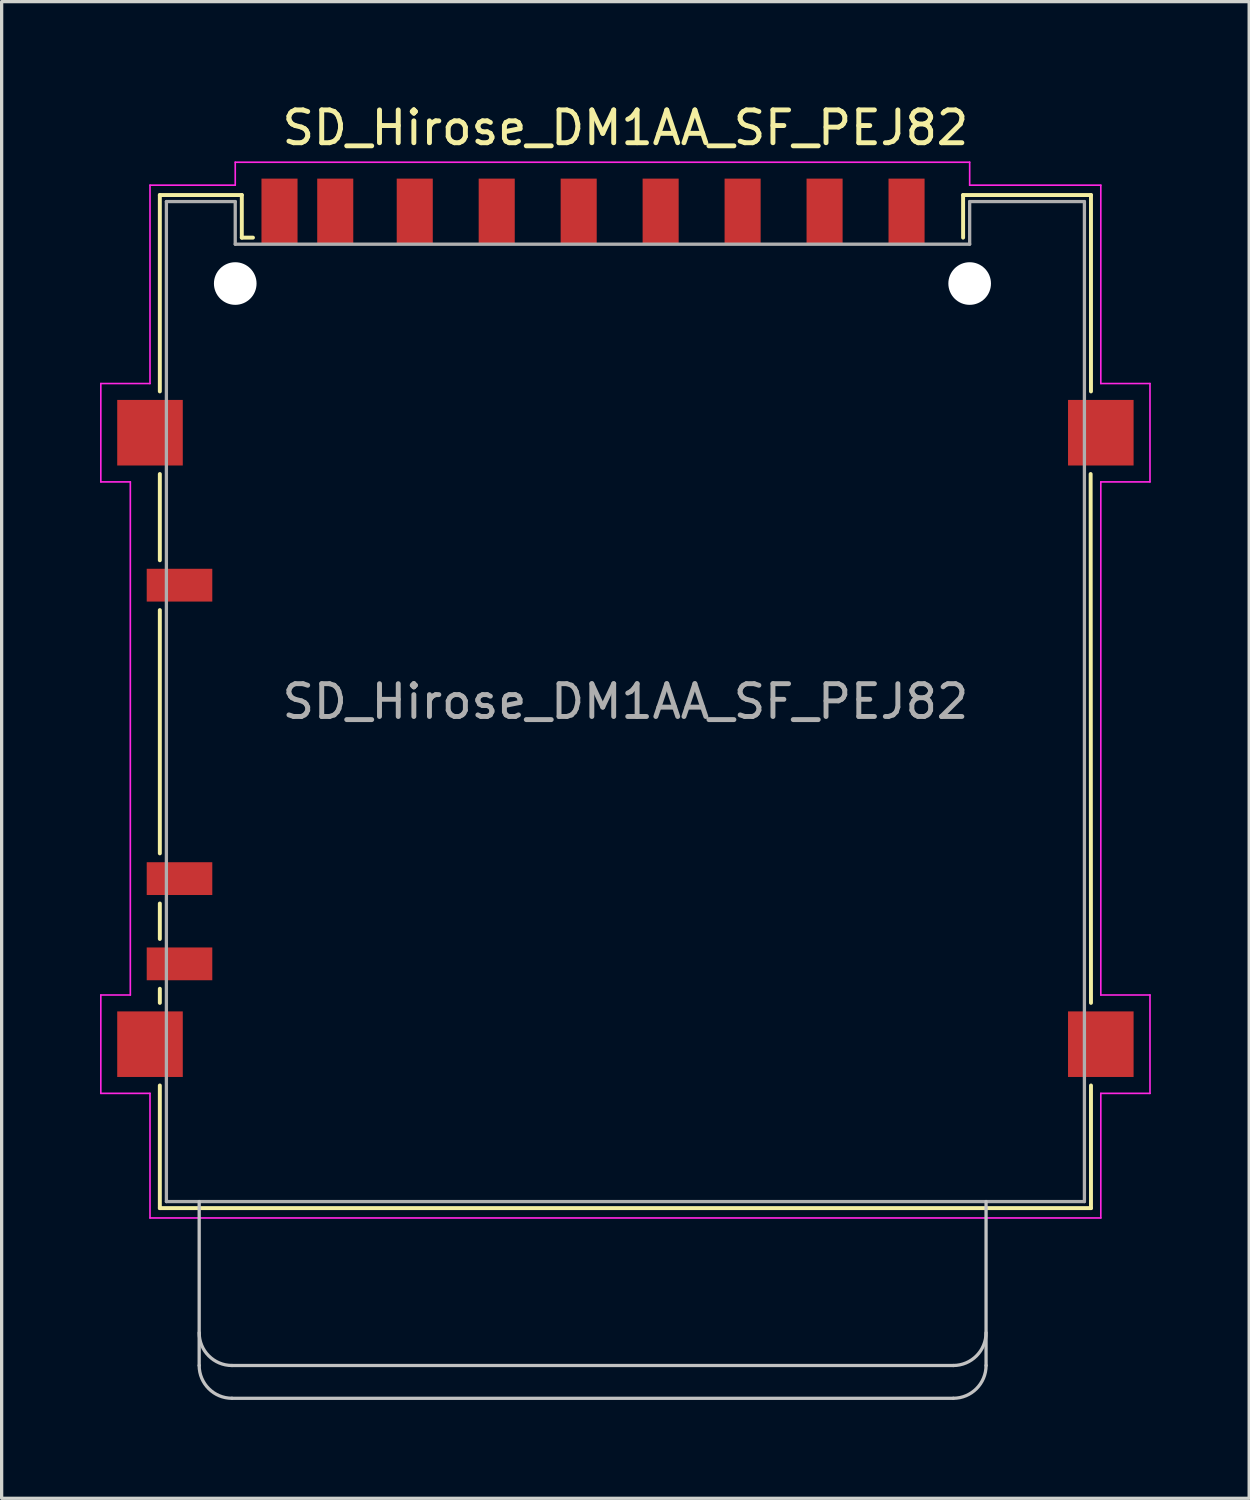
<source format=kicad_pcb>
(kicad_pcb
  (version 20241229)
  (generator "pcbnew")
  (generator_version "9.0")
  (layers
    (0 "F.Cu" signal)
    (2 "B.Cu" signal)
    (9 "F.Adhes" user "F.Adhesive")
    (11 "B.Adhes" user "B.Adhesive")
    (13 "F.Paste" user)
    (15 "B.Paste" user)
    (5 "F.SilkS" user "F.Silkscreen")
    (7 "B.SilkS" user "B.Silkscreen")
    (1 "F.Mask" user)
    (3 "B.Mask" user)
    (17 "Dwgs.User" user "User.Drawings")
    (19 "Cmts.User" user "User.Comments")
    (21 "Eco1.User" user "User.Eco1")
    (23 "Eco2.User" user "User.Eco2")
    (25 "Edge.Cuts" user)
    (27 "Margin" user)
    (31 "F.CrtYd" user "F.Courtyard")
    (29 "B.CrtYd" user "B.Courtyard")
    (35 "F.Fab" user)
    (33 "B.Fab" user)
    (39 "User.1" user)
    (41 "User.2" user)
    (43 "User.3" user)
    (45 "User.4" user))
  (footprint "SD_Hirose_DM1AA_SF_PEJ82"
    (layer "F.Cu")
    (at 16.025 18.348)
    (property "Reference" "SD_Hirose_DM1AA_SF_PEJ82" (at 0 -17.5 0) (layer "F.SilkS") (effects (font (size 1 1) (thickness 0.15))))
    (attr smd)
    (fp_line (start -14.2 -15.45) (end -11.7 -15.45) (stroke (width 0.12) (type solid)) (layer "F.SilkS"))
    (fp_line (start -14.2 -9.46) (end -14.2 -15.45) (stroke (width 0.12) (type solid)) (layer "F.SilkS"))
    (fp_line (start -14.2 -4.31) (end -14.2 -6.94) (stroke (width 0.12) (type solid)) (layer "F.SilkS"))
    (fp_line (start -14.2 4.63) (end -14.2 -2.79) (stroke (width 0.12) (type solid)) (layer "F.SilkS"))
    (fp_line (start -14.2 7.24) (end -14.2 6.16) (stroke (width 0.12) (type solid)) (layer "F.SilkS"))
    (fp_line (start -14.2 9.19) (end -14.2 8.76) (stroke (width 0.12) (type solid)) (layer "F.SilkS"))
    (fp_line (start -14.2 15.45) (end -14.2 11.71) (stroke (width 0.12) (type solid)) (layer "F.SilkS"))
    (fp_line (start -11.7 -15.45) (end -11.7 -14.15) (stroke (width 0.12) (type solid)) (layer "F.SilkS"))
    (fp_line (start -11.7 -14.15) (end -11.36 -14.15) (stroke (width 0.12) (type solid)) (layer "F.SilkS"))
    (fp_line (start 10.3 -15.45) (end 10.3 -14.15) (stroke (width 0.12) (type solid)) (layer "F.SilkS"))
    (fp_line (start 14.19 -6.94) (end 14.2 9.19) (stroke (width 0.12) (type solid)) (layer "F.SilkS"))
    (fp_line (start 14.2 -15.45) (end 10.3 -15.45) (stroke (width 0.12) (type solid)) (layer "F.SilkS"))
    (fp_line (start 14.2 -15.45) (end 14.2 -9.46) (stroke (width 0.12) (type solid)) (layer "F.SilkS"))
    (fp_line (start 14.2 11.71) (end 14.2 15.45) (stroke (width 0.12) (type solid)) (layer "F.SilkS"))
    (fp_line (start 14.2 15.45) (end -14.2 15.45) (stroke (width 0.12) (type solid)) (layer "F.SilkS"))
    (fp_line (start -13 20.25) (end -13 15.25) (stroke (width 0.1) (type solid)) (layer "Dwgs.User"))
    (fp_line (start 10 20.25) (end -12 20.25) (stroke (width 0.1) (type solid)) (layer "Dwgs.User"))
    (fp_line (start 10 21.25) (end -12 21.25) (stroke (width 0.1) (type solid)) (layer "Dwgs.User"))
    (fp_line (start 11 20.25) (end 11 15.25) (stroke (width 0.1) (type solid)) (layer "Dwgs.User"))
    (fp_arc (start -12 20.25) (mid -12.707107 19.957107) (end -13 19.25) (stroke (width 0.1) (type solid)) (layer "Dwgs.User"))
    (fp_arc (start -12 21.25) (mid -12.707107 20.957107) (end -13 20.25) (stroke (width 0.1) (type solid)) (layer "Dwgs.User"))
    (fp_arc (start 11 19.25) (mid 10.707107 19.957107) (end 10 20.25) (stroke (width 0.1) (type solid)) (layer "Dwgs.User"))
    (fp_arc (start 11 20.25) (mid 10.707107 20.957107) (end 10 21.25) (stroke (width 0.1) (type solid)) (layer "Dwgs.User"))
    (fp_line (start -16 -9.7) (end -16 -6.7) (stroke (width 0.05) (type solid)) (layer "F.CrtYd"))
    (fp_line (start -16 -6.7) (end -15.1 -6.7) (stroke (width 0.05) (type solid)) (layer "F.CrtYd"))
    (fp_line (start -16 8.95) (end -16 11.95) (stroke (width 0.05) (type solid)) (layer "F.CrtYd"))
    (fp_line (start -16 11.95) (end -14.5 11.95) (stroke (width 0.05) (type solid)) (layer "F.CrtYd"))
    (fp_line (start -15.1 -6.7) (end -15.1 8.95) (stroke (width 0.05) (type solid)) (layer "F.CrtYd"))
    (fp_line (start -15.1 8.95) (end -16 8.95) (stroke (width 0.05) (type solid)) (layer "F.CrtYd"))
    (fp_line (start -14.5 -15.75) (end -14.5 -9.7) (stroke (width 0.05) (type solid)) (layer "F.CrtYd"))
    (fp_line (start -14.5 -15.75) (end -11.9 -15.75) (stroke (width 0.05) (type solid)) (layer "F.CrtYd"))
    (fp_line (start -14.5 -9.7) (end -16 -9.7) (stroke (width 0.05) (type solid)) (layer "F.CrtYd"))
    (fp_line (start -14.5 11.95) (end -14.5 15.75) (stroke (width 0.05) (type solid)) (layer "F.CrtYd"))
    (fp_line (start -11.9 -16.45) (end 10.5 -16.45) (stroke (width 0.05) (type solid)) (layer "F.CrtYd"))
    (fp_line (start -11.9 -15.75) (end -11.9 -16.45) (stroke (width 0.05) (type solid)) (layer "F.CrtYd"))
    (fp_line (start 10.5 -16.45) (end 10.5 -15.75) (stroke (width 0.05) (type solid)) (layer "F.CrtYd"))
    (fp_line (start 10.5 -15.75) (end 14.5 -15.75) (stroke (width 0.05) (type solid)) (layer "F.CrtYd"))
    (fp_line (start 14.5 -15.75) (end 14.5 -9.7) (stroke (width 0.05) (type solid)) (layer "F.CrtYd"))
    (fp_line (start 14.5 -9.7) (end 16 -9.7) (stroke (width 0.05) (type solid)) (layer "F.CrtYd"))
    (fp_line (start 14.5 -6.7) (end 14.5 8.95) (stroke (width 0.05) (type solid)) (layer "F.CrtYd"))
    (fp_line (start 14.5 8.95) (end 16 8.95) (stroke (width 0.05) (type solid)) (layer "F.CrtYd"))
    (fp_line (start 14.5 11.95) (end 14.5 15.75) (stroke (width 0.05) (type solid)) (layer "F.CrtYd"))
    (fp_line (start 14.5 15.75) (end -14.5 15.75) (stroke (width 0.05) (type solid)) (layer "F.CrtYd"))
    (fp_line (start 16 -9.7) (end 16 -6.7) (stroke (width 0.05) (type solid)) (layer "F.CrtYd"))
    (fp_line (start 16 -6.7) (end 14.5 -6.7) (stroke (width 0.05) (type solid)) (layer "F.CrtYd"))
    (fp_line (start 16 8.95) (end 16 11.95) (stroke (width 0.05) (type solid)) (layer "F.CrtYd"))
    (fp_line (start 16 11.95) (end 14.5 11.95) (stroke (width 0.05) (type solid)) (layer "F.CrtYd"))
    (fp_line (start -14 -15.25) (end -14 15.25) (stroke (width 0.1) (type solid)) (layer "F.Fab"))
    (fp_line (start -14 -15.25) (end -11.9 -15.25) (stroke (width 0.1) (type solid)) (layer "F.Fab"))
    (fp_line (start -11.9 -13.95) (end -11.9 -15.25) (stroke (width 0.1) (type solid)) (layer "F.Fab"))
    (fp_line (start 10.5 -15.25) (end 10.5 -13.95) (stroke (width 0.1) (type solid)) (layer "F.Fab"))
    (fp_line (start 10.5 -13.95) (end -11.9 -13.95) (stroke (width 0.1) (type solid)) (layer "F.Fab"))
    (fp_line (start 14 -15.25) (end 10.5 -15.25) (stroke (width 0.1) (type solid)) (layer "F.Fab"))
    (fp_line (start 14 15.25) (end -14 15.25) (stroke (width 0.1) (type solid)) (layer "F.Fab"))
    (fp_line (start 14 15.25) (end 14 -15.25) (stroke (width 0.1) (type solid)) (layer "F.Fab"))
    (fp_text user "${REFERENCE}" (at 0 0 0) (layer "F.Fab") (effects (font (size 1 1) (thickness 0.15))))
    (pad "" np_thru_hole circle (at -11.9 -12.75) (size 1.3 1.3) (drill 1.3) (layers "*.Cu" "*.Mask"))
    (pad "" np_thru_hole circle (at 10.5 -12.75) (size 1.3 1.3) (drill 1.3) (layers "*.Cu" "*.Mask"))
    (pad "1" smd rect (at 6.075 -14.95) (size 1.1 2) (layers "F.Cu" "F.Mask" "F.Paste"))
    (pad "2" smd rect (at 3.575 -14.95) (size 1.1 2) (layers "F.Cu" "F.Mask" "F.Paste"))
    (pad "3" smd rect (at -13.6 8) (size 2 1) (layers "F.Cu" "F.Mask" "F.Paste"))
    (pad "3" smd rect (at 1.075 -14.95) (size 1.1 2) (layers "F.Cu" "F.Mask" "F.Paste"))
    (pad "4" smd rect (at -1.425 -14.95) (size 1.1 2) (layers "F.Cu" "F.Mask" "F.Paste"))
    (pad "5" smd rect (at -3.925 -14.95) (size 1.1 2) (layers "F.Cu" "F.Mask" "F.Paste"))
    (pad "6" smd rect (at -6.425 -14.95) (size 1.1 2) (layers "F.Cu" "F.Mask" "F.Paste"))
    (pad "7" smd rect (at -8.85 -14.95) (size 1.1 2) (layers "F.Cu" "F.Mask" "F.Paste"))
    (pad "8" smd rect (at -10.55 -14.95) (size 1.1 2) (layers "F.Cu" "F.Mask" "F.Paste"))
    (pad "9" smd rect (at 8.575 -14.95) (size 1.1 2) (layers "F.Cu" "F.Mask" "F.Paste"))
    (pad "10" smd rect (at -13.6 -3.55) (size 2 1) (layers "F.Cu" "F.Mask" "F.Paste"))
    (pad "11" smd rect (at -13.6 5.4) (size 2 1) (layers "F.Cu" "F.Mask" "F.Paste"))
    (pad "12" smd rect (at -14.5 -8.2) (size 2 2) (layers "F.Cu" "F.Mask" "F.Paste"))
    (pad "12" smd rect (at -14.5 10.45) (size 2 2) (layers "F.Cu" "F.Mask" "F.Paste"))
    (pad "13" smd rect (at 14.5 -8.2) (size 2 2) (layers "F.Cu" "F.Mask" "F.Paste"))
    (pad "13" smd rect (at 14.5 10.45) (size 2 2) (layers "F.Cu" "F.Mask" "F.Paste")))
  (gr_rect
    (start -3 -3)
    (end 35.05 42.648)
    (stroke (width 0.1) (type default))
    (fill no)
    (layer "Edge.Cuts")))
</source>
